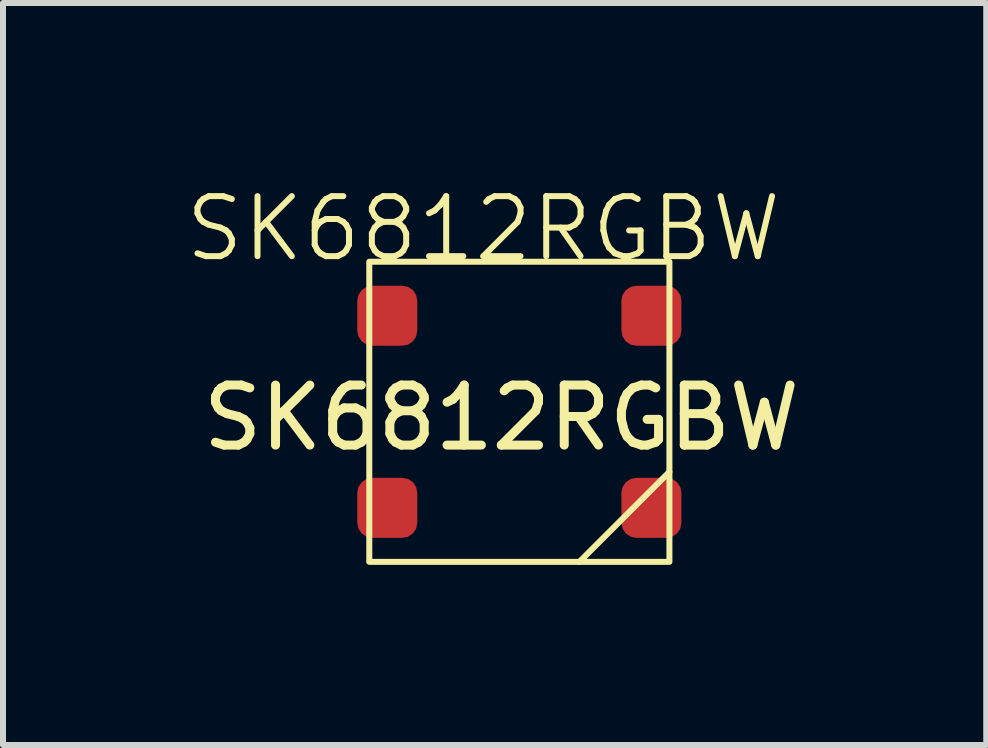
<source format=kicad_pcb>
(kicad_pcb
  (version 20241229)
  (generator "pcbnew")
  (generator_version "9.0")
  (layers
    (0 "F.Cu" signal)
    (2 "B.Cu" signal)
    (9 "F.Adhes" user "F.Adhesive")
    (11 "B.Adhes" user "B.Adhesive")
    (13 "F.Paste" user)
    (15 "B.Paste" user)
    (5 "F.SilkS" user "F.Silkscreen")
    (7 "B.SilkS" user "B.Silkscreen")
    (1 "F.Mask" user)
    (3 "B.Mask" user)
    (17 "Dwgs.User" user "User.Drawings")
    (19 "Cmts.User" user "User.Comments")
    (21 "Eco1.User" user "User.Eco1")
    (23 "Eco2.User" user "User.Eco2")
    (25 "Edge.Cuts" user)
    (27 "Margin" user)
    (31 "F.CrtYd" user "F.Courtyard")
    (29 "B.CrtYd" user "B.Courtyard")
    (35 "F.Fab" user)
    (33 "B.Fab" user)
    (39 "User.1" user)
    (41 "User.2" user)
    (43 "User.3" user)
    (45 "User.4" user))
  (footprint "SK6812RGBW"
    (layer "F.Cu")
    (at 3.052 1.26)
    (property "Reference" "SK6812RGBW" (at 1.95 -0.5 0) (unlocked yes) (layer "F.SilkS") (effects (font (size 1 1) (thickness 0.1))))
    (attr smd)
    (fp_line (start 3.55 5.05) (end 5.05 3.55) (stroke (width 0.1) (type default)) (layer "F.SilkS"))
    (fp_rect (start 0.05 0.05) (end 5.05 5.05) (stroke (width 0.1) (type default)) (fill no) (layer "F.SilkS"))
    (fp_text user "${REFERENCE}" (at 2.25 2.65 0) (unlocked yes) (layer "F.SilkS") (effects (font (size 1 1) (thickness 0.15))))
    (pad "1" smd roundrect (at 0.35 0.95) (size 1 1) (layers "F.Cu" "F.Mask" "F.Paste") (roundrect_rratio 0.25))
    (pad "2" smd roundrect (at 0.35 4.15) (size 1 1) (layers "F.Cu" "F.Mask" "F.Paste") (roundrect_rratio 0.25))
    (pad "3" smd roundrect (at 4.75 4.15) (size 1 1) (layers "F.Cu" "F.Mask" "F.Paste") (roundrect_rratio 0.25))
    (pad "4" smd roundrect (at 4.75 0.95) (size 1 1) (layers "F.Cu" "F.Mask" "F.Paste") (roundrect_rratio 0.25)))
  (gr_rect
    (start -3 -3)
    (end 13.38 9.361)
    (stroke (width 0.1) (type default))
    (fill no)
    (layer "Edge.Cuts")))
</source>
